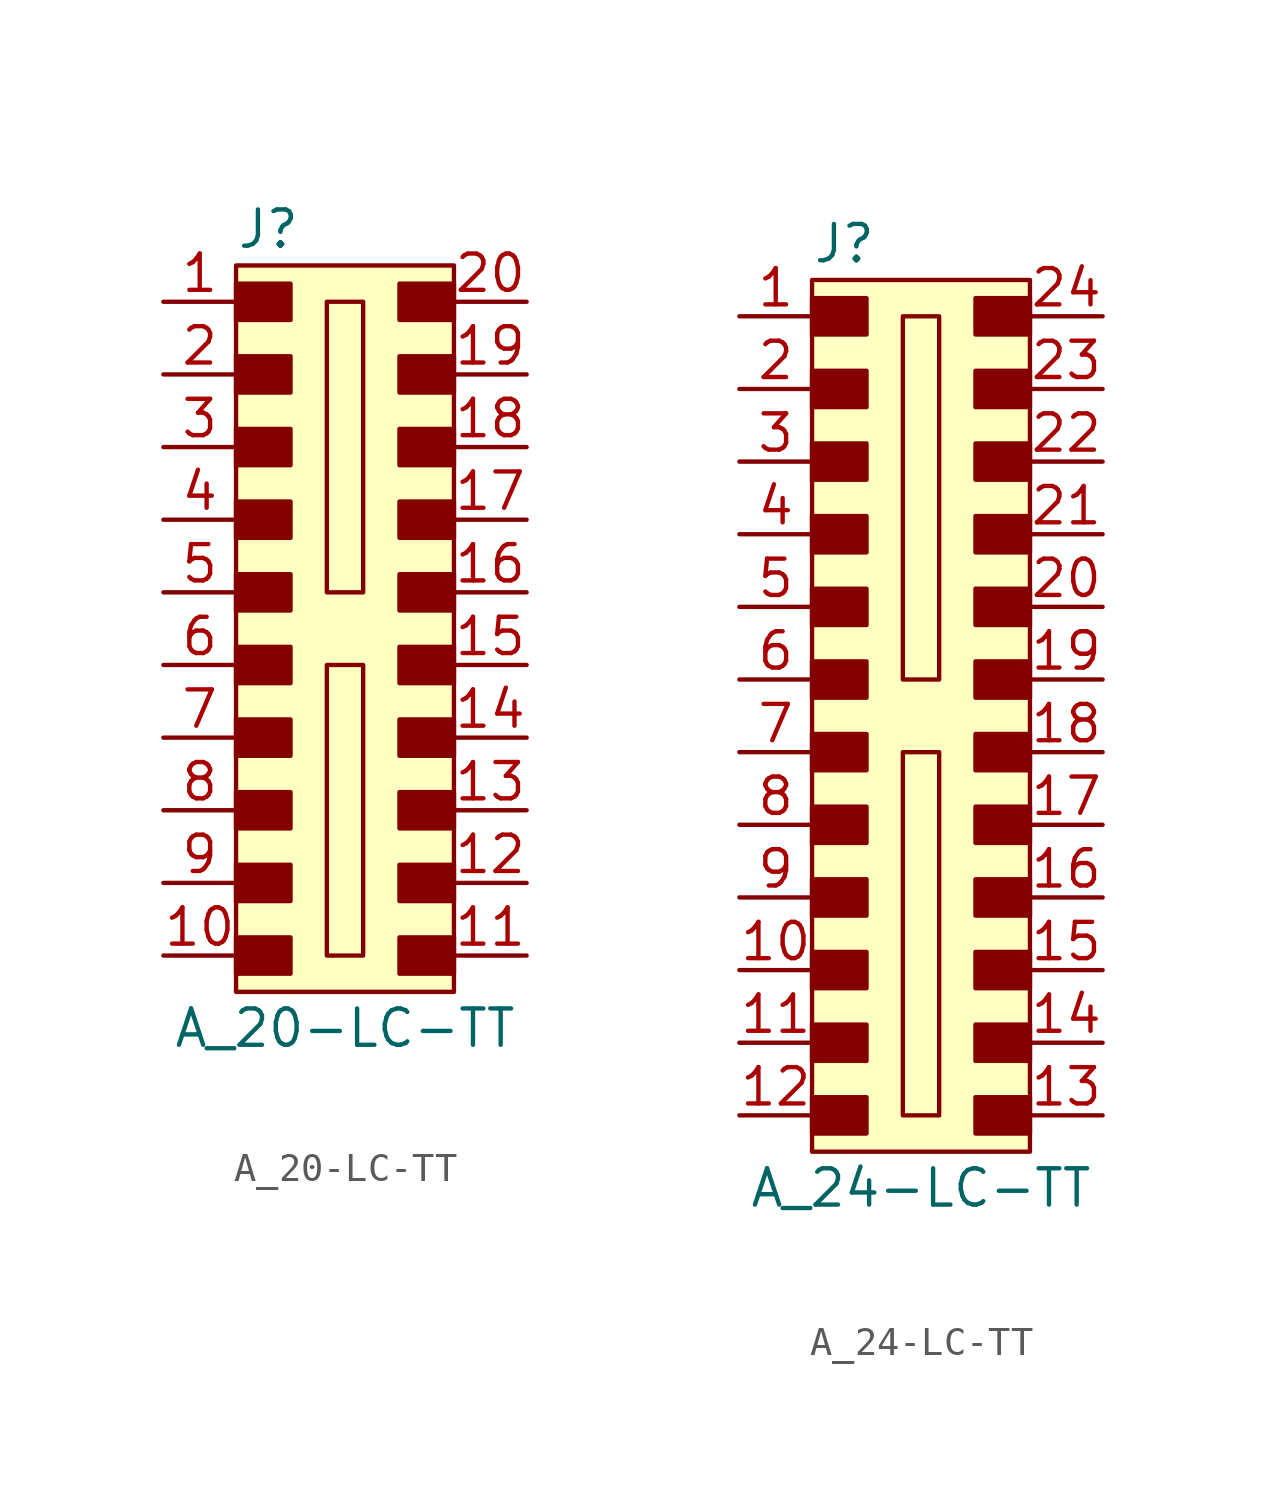
<source format=kicad_sym>
(kicad_symbol_lib
  (version 20220914)
  (generator kicad_symbol_editor)
  (symbol "A_20-LC-TT"
    (pin_names
      (offset 1.016))
    (property "Reference" "J"
      (at -3.81 13.97 0)
      (effects (font (size 1.27 1.27)) (justify left)))
    (property "Value" "A_20-LC-TT"
      (at 0 -13.97 0)
      (effects (font (size 1.27 1.27))))
    (symbol "A_20-LC-TT_1_1"
      (rectangle (start -3.81 -10.795) (end -1.905 -12.065) (stroke (width 0) (type default)) (fill (type outline)))
      (rectangle (start -3.81 -8.255) (end -1.905 -9.525) (stroke (width 0) (type default)) (fill (type outline)))
      (rectangle (start -3.81 -5.715) (end -1.905 -6.985) (stroke (width 0) (type default)) (fill (type outline)))
      (rectangle (start -3.81 -3.175) (end -1.905 -4.445) (stroke (width 0) (type default)) (fill (type outline)))
      (rectangle (start -3.81 -0.635) (end -1.905 -1.905) (stroke (width 0) (type default)) (fill (type outline)))
      (rectangle (start -3.81 1.905) (end -1.905 0.635) (stroke (width 0) (type default)) (fill (type outline)))
      (rectangle (start -3.81 4.445) (end -1.905 3.175) (stroke (width 0) (type default)) (fill (type outline)))
      (rectangle (start -3.81 6.985) (end -1.905 5.715) (stroke (width 0) (type default)) (fill (type outline)))
      (rectangle (start -3.81 9.525) (end -1.905 8.255) (stroke (width 0) (type default)) (fill (type outline)))
      (rectangle (start -3.81 12.065) (end -1.905 10.795) (stroke (width 0) (type default)) (fill (type outline)))
      (rectangle (start -3.81 12.7) (end 3.81 -12.7) (stroke (width 0) (type default)) (fill (type background)))
      (rectangle (start -0.635 -1.27) (end 0.635 -11.43) (stroke (width 0) (type default)) (fill (type none)))
      (rectangle (start -0.635 11.43) (end 0.635 1.27) (stroke (width 0) (type default)) (fill (type none)))
      (rectangle (start 1.905 -10.795) (end 3.81 -12.065) (stroke (width 0) (type default)) (fill (type outline)))
      (rectangle (start 1.905 -8.255) (end 3.81 -9.525) (stroke (width 0) (type default)) (fill (type outline)))
      (rectangle (start 1.905 -5.715) (end 3.81 -6.985) (stroke (width 0) (type default)) (fill (type outline)))
      (rectangle (start 1.905 -3.175) (end 3.81 -4.445) (stroke (width 0) (type default)) (fill (type outline)))
      (rectangle (start 1.905 -0.635) (end 3.81 -1.905) (stroke (width 0) (type default)) (fill (type outline)))
      (rectangle (start 1.905 1.905) (end 3.81 0.635) (stroke (width 0) (type default)) (fill (type outline)))
      (rectangle (start 1.905 4.445) (end 3.81 3.175) (stroke (width 0) (type default)) (fill (type outline)))
      (rectangle (start 1.905 6.985) (end 3.81 5.715) (stroke (width 0) (type default)) (fill (type outline)))
      (rectangle (start 1.905 9.525) (end 3.81 8.255) (stroke (width 0) (type default)) (fill (type outline)))
      (rectangle (start 1.905 12.065) (end 3.81 10.795) (stroke (width 0) (type default)) (fill (type outline)))
      (pin passive line (at -6.35 11.43 0) (length 2.54) (name "~" (effects (font (size 1.27 1.27)))) (number "1" (effects (font (size 1.27 1.27)))))
      (pin passive line (at -6.35 -11.43 0) (length 2.54) (name "~" (effects (font (size 1.27 1.27)))) (number "10" (effects (font (size 1.27 1.27)))))
      (pin passive line (at 6.35 -11.43 180) (length 2.54) (name "~" (effects (font (size 1.27 1.27)))) (number "11" (effects (font (size 1.27 1.27)))))
      (pin passive line (at 6.35 -8.89 180) (length 2.54) (name "~" (effects (font (size 1.27 1.27)))) (number "12" (effects (font (size 1.27 1.27)))))
      (pin passive line (at 6.35 -6.35 180) (length 2.54) (name "~" (effects (font (size 1.27 1.27)))) (number "13" (effects (font (size 1.27 1.27)))))
      (pin passive line (at 6.35 -3.81 180) (length 2.54) (name "~" (effects (font (size 1.27 1.27)))) (number "14" (effects (font (size 1.27 1.27)))))
      (pin passive line (at 6.35 -1.27 180) (length 2.54) (name "~" (effects (font (size 1.27 1.27)))) (number "15" (effects (font (size 1.27 1.27)))))
      (pin passive line (at 6.35 1.27 180) (length 2.54) (name "~" (effects (font (size 1.27 1.27)))) (number "16" (effects (font (size 1.27 1.27)))))
      (pin passive line (at 6.35 3.81 180) (length 2.54) (name "~" (effects (font (size 1.27 1.27)))) (number "17" (effects (font (size 1.27 1.27)))))
      (pin passive line (at 6.35 6.35 180) (length 2.54) (name "~" (effects (font (size 1.27 1.27)))) (number "18" (effects (font (size 1.27 1.27)))))
      (pin passive line (at 6.35 8.89 180) (length 2.54) (name "~" (effects (font (size 1.27 1.27)))) (number "19" (effects (font (size 1.27 1.27)))))
      (pin passive line (at -6.35 8.89 0) (length 2.54) (name "~" (effects (font (size 1.27 1.27)))) (number "2" (effects (font (size 1.27 1.27)))))
      (pin passive line (at 6.35 11.43 180) (length 2.54) (name "~" (effects (font (size 1.27 1.27)))) (number "20" (effects (font (size 1.27 1.27)))))
      (pin passive line (at -6.35 6.35 0) (length 2.54) (name "~" (effects (font (size 1.27 1.27)))) (number "3" (effects (font (size 1.27 1.27)))))
      (pin passive line (at -6.35 3.81 0) (length 2.54) (name "~" (effects (font (size 1.27 1.27)))) (number "4" (effects (font (size 1.27 1.27)))))
      (pin passive line (at -6.35 1.27 0) (length 2.54) (name "~" (effects (font (size 1.27 1.27)))) (number "5" (effects (font (size 1.27 1.27)))))
      (pin passive line (at -6.35 -1.27 0) (length 2.54) (name "~" (effects (font (size 1.27 1.27)))) (number "6" (effects (font (size 1.27 1.27)))))
      (pin passive line (at -6.35 -3.81 0) (length 2.54) (name "~" (effects (font (size 1.27 1.27)))) (number "7" (effects (font (size 1.27 1.27)))))
      (pin passive line (at -6.35 -6.35 0) (length 2.54) (name "~" (effects (font (size 1.27 1.27)))) (number "8" (effects (font (size 1.27 1.27)))))
      (pin passive line (at -6.35 -8.89 0) (length 2.54) (name "~" (effects (font (size 1.27 1.27)))) (number "9" (effects (font (size 1.27 1.27)))))))
  (symbol "A_24-LC-TT"
    (pin_names
      (offset 1.016))
    (property "Reference" "J"
      (at -3.81 16.51 0)
      (effects (font (size 1.27 1.27)) (justify left)))
    (property "Value" "A_24-LC-TT"
      (at 0 -16.51 0)
      (effects (font (size 1.27 1.27))))
    (symbol "A_24-LC-TT_1_1"
      (rectangle (start -3.81 -13.335) (end -1.905 -14.605) (stroke (width 0) (type default)) (fill (type outline)))
      (rectangle (start -3.81 -10.795) (end -1.905 -12.065) (stroke (width 0) (type default)) (fill (type outline)))
      (rectangle (start -3.81 -8.255) (end -1.905 -9.525) (stroke (width 0) (type default)) (fill (type outline)))
      (rectangle (start -3.81 -5.715) (end -1.905 -6.985) (stroke (width 0) (type default)) (fill (type outline)))
      (rectangle (start -3.81 -3.175) (end -1.905 -4.445) (stroke (width 0) (type default)) (fill (type outline)))
      (rectangle (start -3.81 -0.635) (end -1.905 -1.905) (stroke (width 0) (type default)) (fill (type outline)))
      (rectangle (start -3.81 1.905) (end -1.905 0.635) (stroke (width 0) (type default)) (fill (type outline)))
      (rectangle (start -3.81 4.445) (end -1.905 3.175) (stroke (width 0) (type default)) (fill (type outline)))
      (rectangle (start -3.81 6.985) (end -1.905 5.715) (stroke (width 0) (type default)) (fill (type outline)))
      (rectangle (start -3.81 9.525) (end -1.905 8.255) (stroke (width 0) (type default)) (fill (type outline)))
      (rectangle (start -3.81 12.065) (end -1.905 10.795) (stroke (width 0) (type default)) (fill (type outline)))
      (rectangle (start -3.81 14.605) (end -1.905 13.335) (stroke (width 0) (type default)) (fill (type outline)))
      (rectangle (start -3.81 15.24) (end 3.81 -15.24) (stroke (width 0) (type default)) (fill (type background)))
      (rectangle (start -0.635 -1.27) (end 0.635 -13.97) (stroke (width 0) (type default)) (fill (type none)))
      (rectangle (start -0.635 13.97) (end 0.635 1.27) (stroke (width 0) (type default)) (fill (type none)))
      (rectangle (start 1.905 -13.335) (end 3.81 -14.605) (stroke (width 0) (type default)) (fill (type outline)))
      (rectangle (start 1.905 -10.795) (end 3.81 -12.065) (stroke (width 0) (type default)) (fill (type outline)))
      (rectangle (start 1.905 -8.255) (end 3.81 -9.525) (stroke (width 0) (type default)) (fill (type outline)))
      (rectangle (start 1.905 -5.715) (end 3.81 -6.985) (stroke (width 0) (type default)) (fill (type outline)))
      (rectangle (start 1.905 -3.175) (end 3.81 -4.445) (stroke (width 0) (type default)) (fill (type outline)))
      (rectangle (start 1.905 -0.635) (end 3.81 -1.905) (stroke (width 0) (type default)) (fill (type outline)))
      (rectangle (start 1.905 1.905) (end 3.81 0.635) (stroke (width 0) (type default)) (fill (type outline)))
      (rectangle (start 1.905 4.445) (end 3.81 3.175) (stroke (width 0) (type default)) (fill (type outline)))
      (rectangle (start 1.905 6.985) (end 3.81 5.715) (stroke (width 0) (type default)) (fill (type outline)))
      (rectangle (start 1.905 9.525) (end 3.81 8.255) (stroke (width 0) (type default)) (fill (type outline)))
      (rectangle (start 1.905 12.065) (end 3.81 10.795) (stroke (width 0) (type default)) (fill (type outline)))
      (rectangle (start 1.905 14.605) (end 3.81 13.335) (stroke (width 0) (type default)) (fill (type outline)))
      (pin passive line (at -6.35 13.97 0) (length 2.54) (name "~" (effects (font (size 1.27 1.27)))) (number "1" (effects (font (size 1.27 1.27)))))
      (pin passive line (at -6.35 -8.89 0) (length 2.54) (name "~" (effects (font (size 1.27 1.27)))) (number "10" (effects (font (size 1.27 1.27)))))
      (pin passive line (at -6.35 -11.43 0) (length 2.54) (name "~" (effects (font (size 1.27 1.27)))) (number "11" (effects (font (size 1.27 1.27)))))
      (pin passive line (at -6.35 -13.97 0) (length 2.54) (name "~" (effects (font (size 1.27 1.27)))) (number "12" (effects (font (size 1.27 1.27)))))
      (pin passive line (at 6.35 -13.97 180) (length 2.54) (name "~" (effects (font (size 1.27 1.27)))) (number "13" (effects (font (size 1.27 1.27)))))
      (pin passive line (at 6.35 -11.43 180) (length 2.54) (name "~" (effects (font (size 1.27 1.27)))) (number "14" (effects (font (size 1.27 1.27)))))
      (pin passive line (at 6.35 -8.89 180) (length 2.54) (name "~" (effects (font (size 1.27 1.27)))) (number "15" (effects (font (size 1.27 1.27)))))
      (pin passive line (at 6.35 -6.35 180) (length 2.54) (name "~" (effects (font (size 1.27 1.27)))) (number "16" (effects (font (size 1.27 1.27)))))
      (pin passive line (at 6.35 -3.81 180) (length 2.54) (name "~" (effects (font (size 1.27 1.27)))) (number "17" (effects (font (size 1.27 1.27)))))
      (pin passive line (at 6.35 -1.27 180) (length 2.54) (name "~" (effects (font (size 1.27 1.27)))) (number "18" (effects (font (size 1.27 1.27)))))
      (pin passive line (at 6.35 1.27 180) (length 2.54) (name "~" (effects (font (size 1.27 1.27)))) (number "19" (effects (font (size 1.27 1.27)))))
      (pin passive line (at -6.35 11.43 0) (length 2.54) (name "~" (effects (font (size 1.27 1.27)))) (number "2" (effects (font (size 1.27 1.27)))))
      (pin passive line (at 6.35 3.81 180) (length 2.54) (name "~" (effects (font (size 1.27 1.27)))) (number "20" (effects (font (size 1.27 1.27)))))
      (pin passive line (at 6.35 6.35 180) (length 2.54) (name "~" (effects (font (size 1.27 1.27)))) (number "21" (effects (font (size 1.27 1.27)))))
      (pin passive line (at 6.35 8.89 180) (length 2.54) (name "~" (effects (font (size 1.27 1.27)))) (number "22" (effects (font (size 1.27 1.27)))))
      (pin passive line (at 6.35 11.43 180) (length 2.54) (name "~" (effects (font (size 1.27 1.27)))) (number "23" (effects (font (size 1.27 1.27)))))
      (pin passive line (at 6.35 13.97 180) (length 2.54) (name "~" (effects (font (size 1.27 1.27)))) (number "24" (effects (font (size 1.27 1.27)))))
      (pin passive line (at -6.35 8.89 0) (length 2.54) (name "~" (effects (font (size 1.27 1.27)))) (number "3" (effects (font (size 1.27 1.27)))))
      (pin passive line (at -6.35 6.35 0) (length 2.54) (name "~" (effects (font (size 1.27 1.27)))) (number "4" (effects (font (size 1.27 1.27)))))
      (pin passive line (at -6.35 3.81 0) (length 2.54) (name "~" (effects (font (size 1.27 1.27)))) (number "5" (effects (font (size 1.27 1.27)))))
      (pin passive line (at -6.35 1.27 0) (length 2.54) (name "~" (effects (font (size 1.27 1.27)))) (number "6" (effects (font (size 1.27 1.27)))))
      (pin passive line (at -6.35 -1.27 0) (length 2.54) (name "~" (effects (font (size 1.27 1.27)))) (number "7" (effects (font (size 1.27 1.27)))))
      (pin passive line (at -6.35 -3.81 0) (length 2.54) (name "~" (effects (font (size 1.27 1.27)))) (number "8" (effects (font (size 1.27 1.27)))))
      (pin passive line (at -6.35 -6.35 0) (length 2.54) (name "~" (effects (font (size 1.27 1.27)))) (number "9" (effects (font (size 1.27 1.27))))))))
</source>
